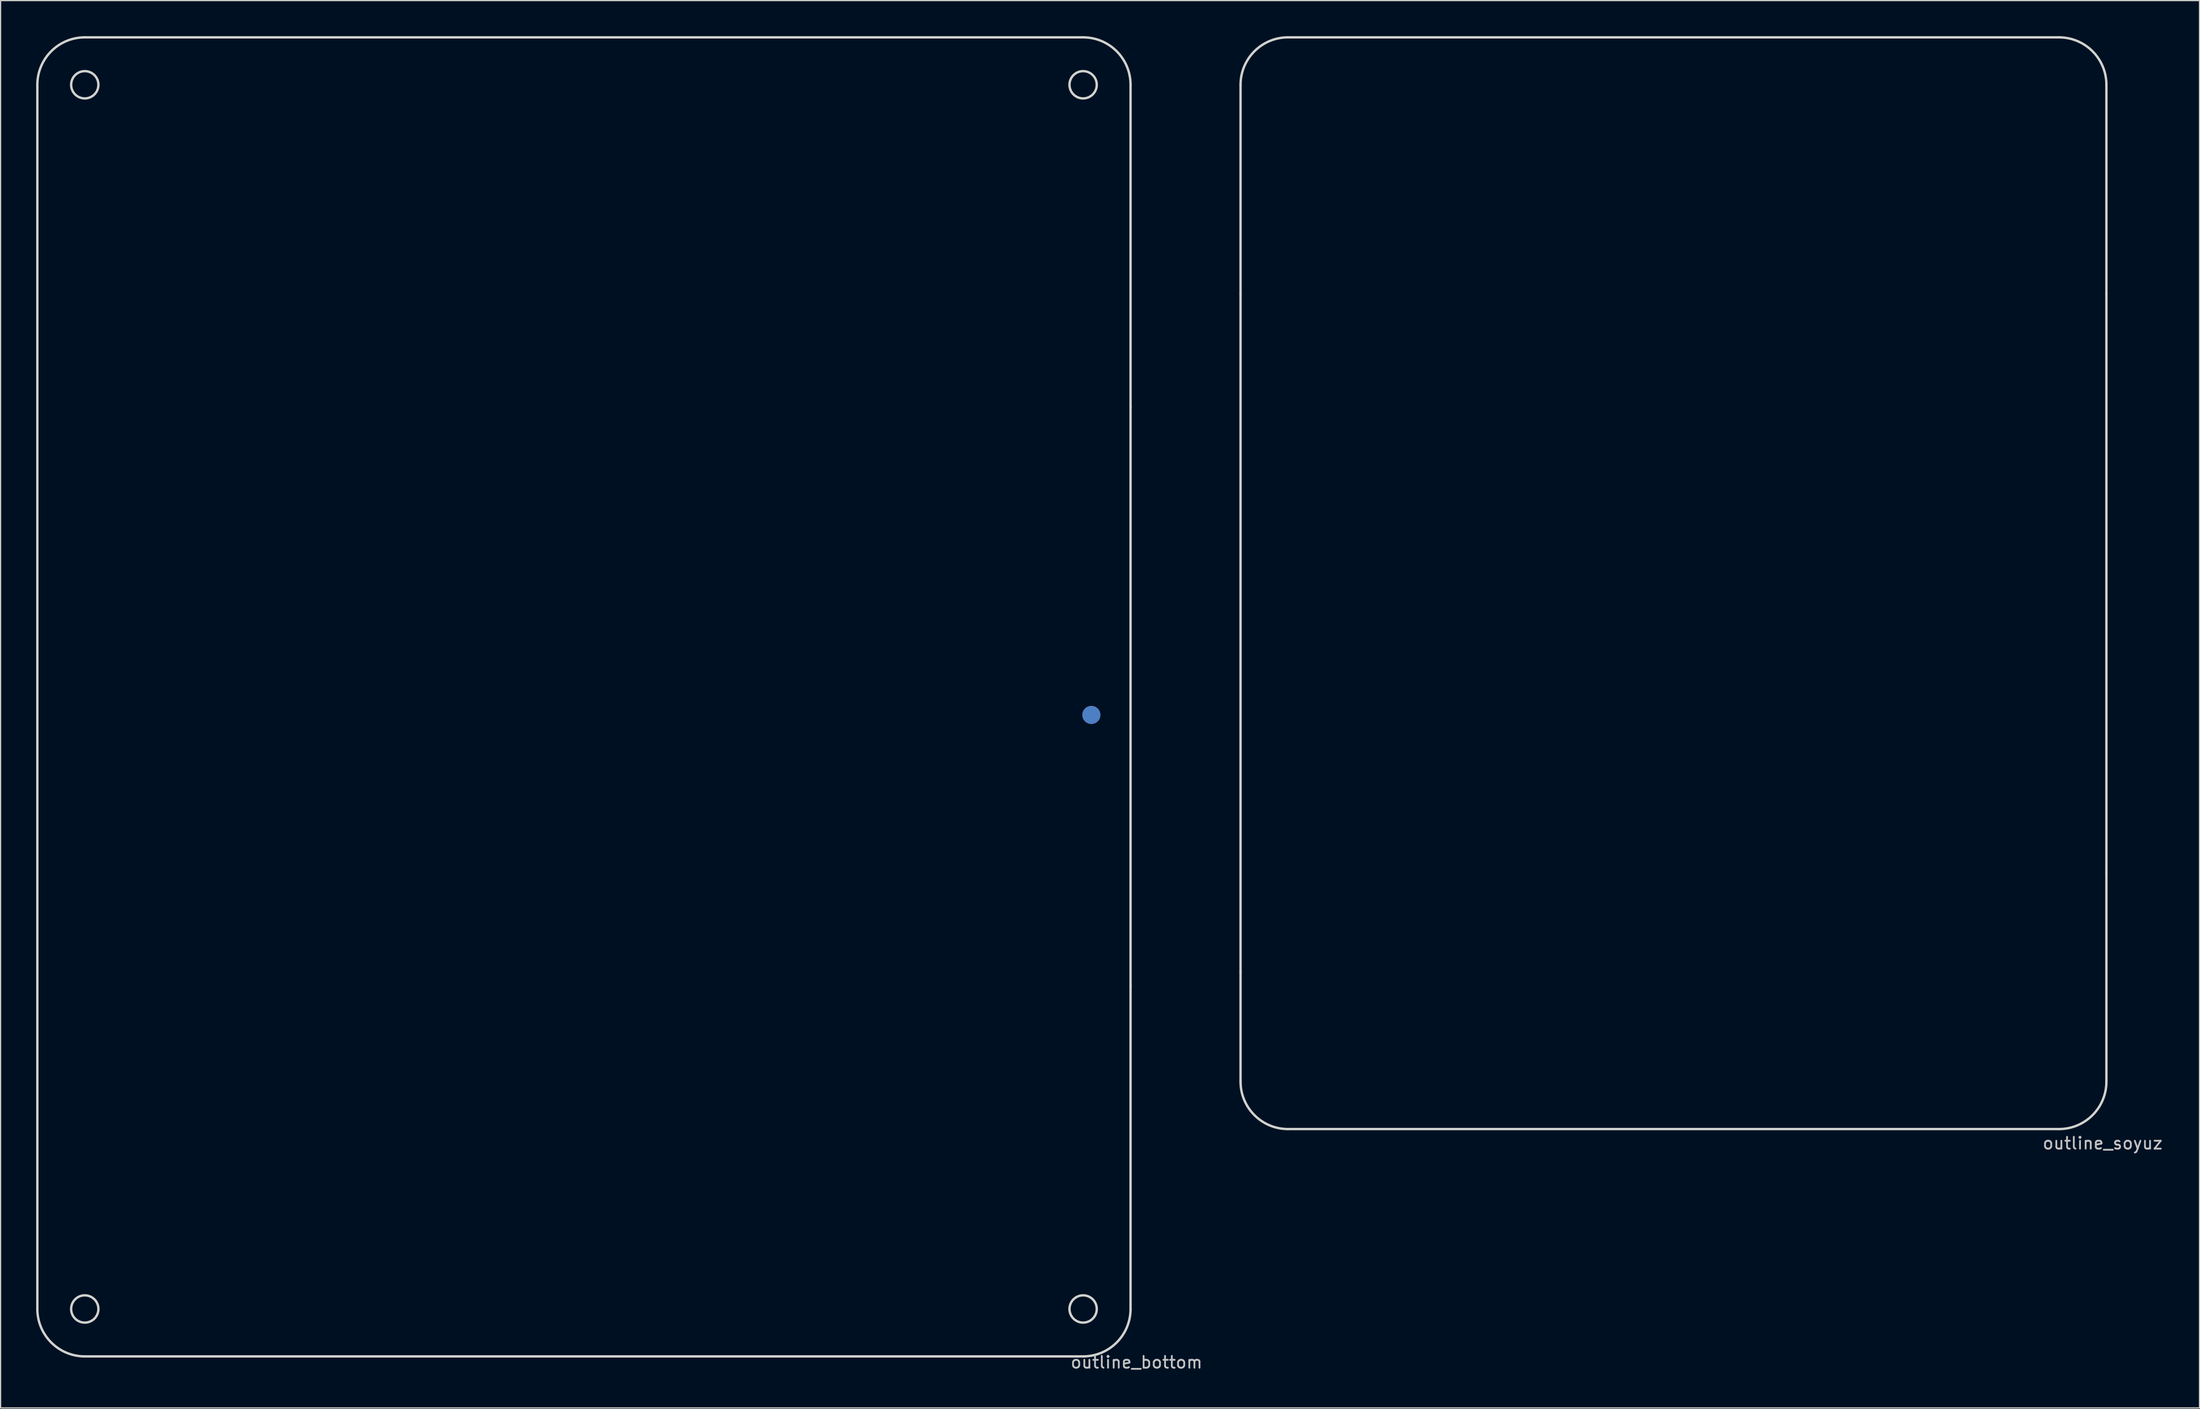
<source format=kicad_pcb>
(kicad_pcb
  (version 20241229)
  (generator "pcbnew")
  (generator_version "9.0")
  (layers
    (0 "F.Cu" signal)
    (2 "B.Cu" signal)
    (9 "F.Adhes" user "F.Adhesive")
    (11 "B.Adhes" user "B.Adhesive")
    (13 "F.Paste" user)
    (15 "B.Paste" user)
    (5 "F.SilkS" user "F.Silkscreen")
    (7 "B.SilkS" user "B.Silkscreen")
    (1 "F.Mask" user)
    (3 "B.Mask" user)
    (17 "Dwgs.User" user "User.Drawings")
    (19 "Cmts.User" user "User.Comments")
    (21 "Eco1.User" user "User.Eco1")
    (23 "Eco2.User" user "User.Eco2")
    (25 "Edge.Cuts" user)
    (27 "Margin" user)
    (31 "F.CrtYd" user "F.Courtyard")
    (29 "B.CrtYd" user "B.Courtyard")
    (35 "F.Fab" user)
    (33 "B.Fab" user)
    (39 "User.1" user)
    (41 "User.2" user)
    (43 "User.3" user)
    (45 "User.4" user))
  (footprint "outline_soyuz"
    (layer "F.Cu")
    (at 174.283 91.603)
    (property "Reference" "outline_soyuz" (at 0 1.77 0) (layer "Dwgs.User") (effects (font (size 1 1) (thickness 0.15))))
    (attr through_hole)
    (fp_line (start -72.705 -69.865) (end -72.705 -87.502) (stroke (width 0.2) (type solid)) (layer "Edge.Cuts"))
    (fp_line (start -72.705 -12.715) (end -72.705 -69.865) (stroke (width 0.2) (type solid)) (layer "Edge.Cuts"))
    (fp_line (start -72.705 -3.428) (end -72.705 -12.715) (stroke (width 0.2) (type solid)) (layer "Edge.Cuts"))
    (fp_line (start -68.705 -91.502) (end -3.68 -91.502) (stroke (width 0.2) (type solid)) (layer "Edge.Cuts"))
    (fp_line (start -3.68 0.573) (end -68.705 0.573) (stroke (width 0.2) (type solid)) (layer "Edge.Cuts"))
    (fp_line (start 0.32 -87.502) (end 0.32 -69.865) (stroke (width 0.2) (type solid)) (layer "Edge.Cuts"))
    (fp_line (start 0.32 -69.865) (end 0.32 -21.065) (stroke (width 0.2) (type solid)) (layer "Edge.Cuts"))
    (fp_line (start 0.32 -21.065) (end 0.32 -3.428) (stroke (width 0.2) (type solid)) (layer "Edge.Cuts"))
    (fp_arc (start -72.705 -87.5025) (mid -71.533427 -90.330927) (end -68.705 -91.5025) (stroke (width 0.2) (type solid)) (layer "Edge.Cuts"))
    (fp_arc (start -68.705 0.5725) (mid -71.533427 -0.599073) (end -72.705 -3.4275) (stroke (width 0.2) (type solid)) (layer "Edge.Cuts"))
    (fp_arc (start -3.68 -91.5025) (mid -0.851573 -90.330927) (end 0.32 -87.5025) (stroke (width 0.2) (type solid)) (layer "Edge.Cuts"))
    (fp_arc (start 0.32 -3.4275) (mid -0.851573 -0.599073) (end -3.68 0.5725) (stroke (width 0.2) (type solid)) (layer "Edge.Cuts")))
  (footprint "outline_bottom"
    (layer "F.Cu")
    (at 92.805 111.35)
    (property "Reference" "outline_bottom" (at 0 0.5 0) (layer "Dwgs.User") (effects (font (size 1 1) (thickness 0.15))))
    (attr through_hole)
    (fp_line (start -92.705 -4) (end -92.705 -107.25) (stroke (width 0.2) (type solid)) (layer "Edge.Cuts"))
    (fp_line (start -88.705 -111.25) (end -4.505 -111.25) (stroke (width 0.2) (type solid)) (layer "Edge.Cuts"))
    (fp_line (start -4.505 0) (end -88.705 0) (stroke (width 0.2) (type solid)) (layer "Edge.Cuts"))
    (fp_line (start -0.505 -107.25) (end -0.505 -80.025) (stroke (width 0.2) (type solid)) (layer "Edge.Cuts"))
    (fp_line (start -0.505 -80.025) (end -0.505 -31.225) (stroke (width 0.2) (type solid)) (layer "Edge.Cuts"))
    (fp_line (start -0.505 -31.225) (end -0.505 -4) (stroke (width 0.2) (type solid)) (layer "Edge.Cuts"))
    (fp_arc (start -92.705 -107.25) (mid -91.533427 -110.078427) (end -88.705 -111.25) (stroke (width 0.2) (type solid)) (layer "Edge.Cuts"))
    (fp_arc (start -88.705 0) (mid -91.533427 -1.171573) (end -92.705 -4) (stroke (width 0.2) (type solid)) (layer "Edge.Cuts"))
    (fp_arc (start -4.505 -111.25) (mid -1.676573 -110.078427) (end -0.505 -107.25) (stroke (width 0.2) (type solid)) (layer "Edge.Cuts"))
    (fp_arc (start -0.505 -4) (mid -1.676573 -1.171573) (end -4.505 0) (stroke (width 0.2) (type solid)) (layer "Edge.Cuts"))
    (fp_circle (center -88.705 -107.25) (end -87.555 -107.25) (stroke (width 0.2) (type solid)) (fill no) (layer "Edge.Cuts"))
    (fp_circle (center -88.705 -4) (end -87.555 -4) (stroke (width 0.2) (type solid)) (fill no) (layer "Edge.Cuts"))
    (fp_circle (center -4.505 -107.25) (end -3.355 -107.25) (stroke (width 0.2) (type solid)) (fill no) (layer "Edge.Cuts"))
    (fp_circle (center -4.505 -4) (end -3.355 -4) (stroke (width 0.2) (type solid)) (fill no) (layer "Edge.Cuts"))
    (pad "2" smd circle (at -3.81 -54.102) (size 1.524 1.524) (layers "F.Cu"))
    (pad "2" smd circle (at -3.81 -54.102) (size 1.524 1.524) (layers "B.Cu")))
  (gr_rect
    (start -3 -3)
    (end 182.455 115.698)
    (stroke (width 0.1) (type default))
    (fill no)
    (layer "Edge.Cuts")))
</source>
